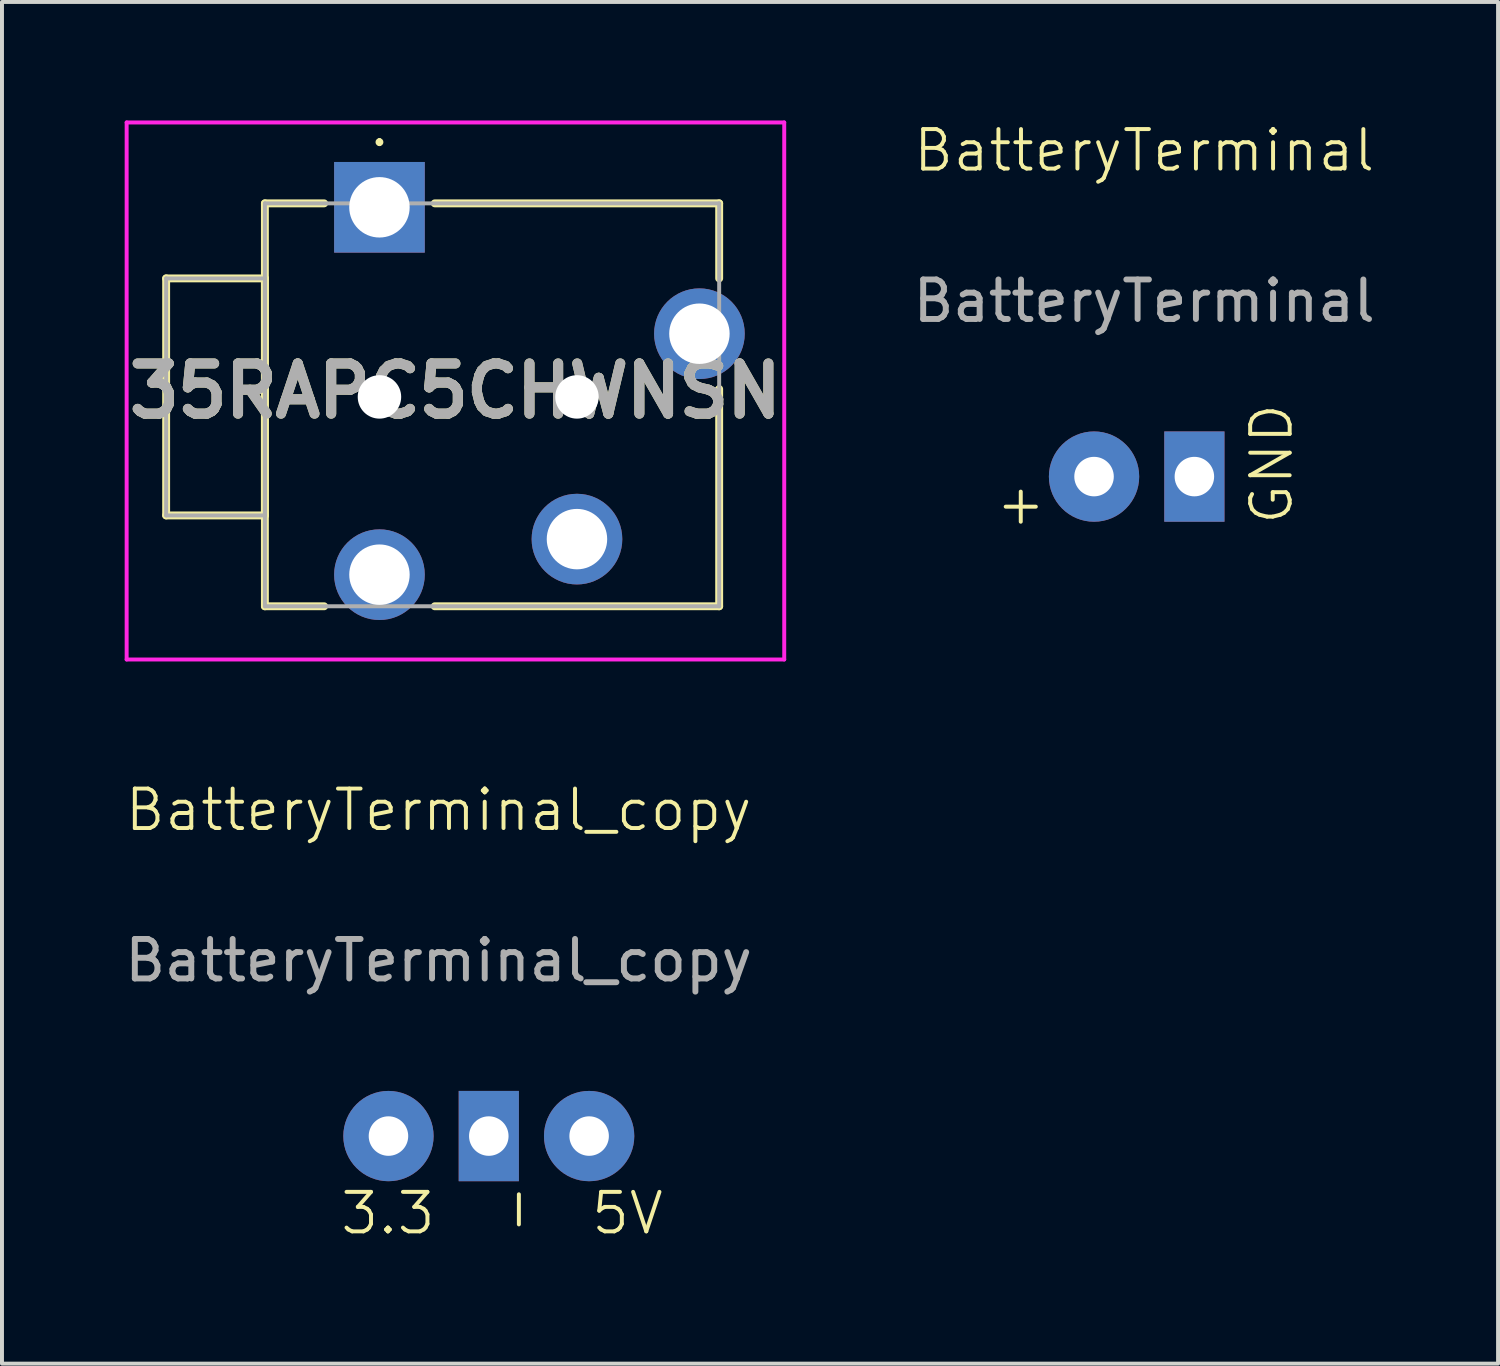
<source format=kicad_pcb>
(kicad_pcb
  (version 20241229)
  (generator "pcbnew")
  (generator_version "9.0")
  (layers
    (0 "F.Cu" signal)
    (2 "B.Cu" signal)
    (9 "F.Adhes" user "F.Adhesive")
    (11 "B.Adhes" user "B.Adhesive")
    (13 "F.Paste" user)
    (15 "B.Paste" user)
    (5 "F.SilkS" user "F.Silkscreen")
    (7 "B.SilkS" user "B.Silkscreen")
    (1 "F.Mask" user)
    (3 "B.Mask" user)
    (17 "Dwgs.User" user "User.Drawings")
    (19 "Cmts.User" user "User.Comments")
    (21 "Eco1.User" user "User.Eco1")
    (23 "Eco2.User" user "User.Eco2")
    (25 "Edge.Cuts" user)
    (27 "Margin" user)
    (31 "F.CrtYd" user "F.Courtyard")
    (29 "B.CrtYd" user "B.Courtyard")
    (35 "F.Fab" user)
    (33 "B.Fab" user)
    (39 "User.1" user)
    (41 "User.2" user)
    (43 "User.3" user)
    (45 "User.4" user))
  (footprint "BatteryTerminal_copy"
    (layer "F.Cu")
    (at 8.054 25.71)
    (property "Reference" "BatteryTerminal_copy" (at 0 -8.255 0) (unlocked yes) (layer "F.SilkS") (effects (font (size 1 1) (thickness 0.1))))
    (attr smd)
    (fp_text user "5V" (at 3.81 2.54 0) (unlocked yes) (layer "F.SilkS") (effects (font (size 1 1) (thickness 0.1)) (justify left bottom)))
    (fp_text user "-" (at 2.54 2.54 90) (unlocked yes) (layer "F.SilkS") (effects (font (size 1 1) (thickness 0.1)) (justify left bottom)))
    (fp_text user "3.3" (at -2.54 2.54 0) (unlocked yes) (layer "F.SilkS") (effects (font (size 1 1) (thickness 0.1)) (justify left bottom)))
    (fp_text user "${REFERENCE}" (at 0 -4.445 0) (unlocked yes) (layer "F.Fab") (effects (font (size 1 1) (thickness 0.15))))
    (pad "1" thru_hole circle (at -1.27 0) (size 2.286 2.286) (drill 1) (layers "*.Cu" "*.Mask"))
    (pad "2" thru_hole rect (at 1.27 0 90) (size 2.286 1.524) (drill 1) (layers "*.Cu" "*.Mask"))
    (pad "3" thru_hole circle (at 3.81 0) (size 2.286 2.286) (drill 1) (layers "*.Cu" "*.Mask")))
  (footprint "BatteryTerminal"
    (layer "F.Cu")
    (at 25.916 9.015)
    (property "Reference" "BatteryTerminal" (at 0 -8.255 0) (unlocked yes) (layer "F.SilkS") (effects (font (size 1 1) (thickness 0.1))))
    (attr smd)
    (fp_text user "GND" (at 3.81 1.27 90) (unlocked yes) (layer "F.SilkS") (effects (font (size 1 1) (thickness 0.1)) (justify left bottom)))
    (fp_text user "+" (at -3.81 1.27 0) (unlocked yes) (layer "F.SilkS") (effects (font (size 1 1) (thickness 0.1)) (justify left bottom)))
    (fp_text user "${REFERENCE}" (at 0 -4.445 0) (unlocked yes) (layer "F.Fab") (effects (font (size 1 1) (thickness 0.15))))
    (pad "1" thru_hole circle (at -1.27 0) (size 2.286 2.286) (drill 1) (layers "*.Cu" "*.Mask"))
    (pad "2" thru_hole rect (at 1.27 0 90) (size 2.286 1.524) (drill 1) (layers "*.Cu" "*.Mask")))
  (footprint "35RAPC5CHWNSN"
    (layer "F.Cu")
    (at 6.556 2.198)
    (property "Reference" "35RAPC5CHWNSN" (at 1.923 4.649 0) (layer "F.SilkS") (effects (font (size 1.27 1.27) (thickness 0.254))))
    (attr through_hole)
    (fp_line (start -5.4 1.8) (end -2.9 1.8) (stroke (width 0.2) (type solid)) (layer "F.SilkS"))
    (fp_line (start -5.4 7.8) (end -5.4 1.8) (stroke (width 0.2) (type solid)) (layer "F.SilkS"))
    (fp_line (start -2.9 -0.1) (end -2.9 10.1) (stroke (width 0.2) (type solid)) (layer "F.SilkS"))
    (fp_line (start -2.9 1.8) (end -2.9 7.8) (stroke (width 0.2) (type solid)) (layer "F.SilkS"))
    (fp_line (start -2.9 7.8) (end -5.4 7.8) (stroke (width 0.2) (type solid)) (layer "F.SilkS"))
    (fp_line (start -2.9 10.1) (end -1.4 10.1) (stroke (width 0.2) (type solid)) (layer "F.SilkS"))
    (fp_line (start -1.4 -0.1) (end -2.9 -0.1) (stroke (width 0.2) (type solid)) (layer "F.SilkS"))
    (fp_line (start 0 -1.7) (end 0 -1.7) (stroke (width 0.1) (type solid)) (layer "F.SilkS"))
    (fp_line (start 0 -1.6) (end 0 -1.6) (stroke (width 0.1) (type solid)) (layer "F.SilkS"))
    (fp_line (start 1.4 10.1) (end 8.6 10.1) (stroke (width 0.2) (type solid)) (layer "F.SilkS"))
    (fp_line (start 8.6 -0.1) (end 1.4 -0.1) (stroke (width 0.2) (type solid)) (layer "F.SilkS"))
    (fp_line (start 8.6 1.8) (end 8.6 -0.1) (stroke (width 0.2) (type solid)) (layer "F.SilkS"))
    (fp_line (start 8.6 10.1) (end 8.6 4.6) (stroke (width 0.2) (type solid)) (layer "F.SilkS"))
    (fp_arc (start 0 -1.7) (mid 0.05 -1.65) (end 0 -1.6) (stroke (width 0.1) (type solid)) (layer "F.SilkS"))
    (fp_arc (start 0 -1.6) (mid -0.05 -1.65) (end 0 -1.7) (stroke (width 0.1) (type solid)) (layer "F.SilkS"))
    (fp_line (start -6.4 -2.148) (end 10.247 -2.148) (stroke (width 0.1) (type solid)) (layer "F.CrtYd"))
    (fp_line (start -6.4 11.447) (end -6.4 -2.148) (stroke (width 0.1) (type solid)) (layer "F.CrtYd"))
    (fp_line (start 10.247 -2.148) (end 10.247 11.447) (stroke (width 0.1) (type solid)) (layer "F.CrtYd"))
    (fp_line (start 10.247 11.447) (end -6.4 11.447) (stroke (width 0.1) (type solid)) (layer "F.CrtYd"))
    (fp_line (start -5.4 1.8) (end -2.9 1.8) (stroke (width 0.1) (type solid)) (layer "F.Fab"))
    (fp_line (start -5.4 7.8) (end -5.4 1.8) (stroke (width 0.1) (type solid)) (layer "F.Fab"))
    (fp_line (start -2.9 -0.1) (end -2.9 10.1) (stroke (width 0.1) (type solid)) (layer "F.Fab"))
    (fp_line (start -2.9 1.8) (end -2.9 7.8) (stroke (width 0.1) (type solid)) (layer "F.Fab"))
    (fp_line (start -2.9 7.8) (end -5.4 7.8) (stroke (width 0.1) (type solid)) (layer "F.Fab"))
    (fp_line (start -2.9 10.1) (end 8.6 10.1) (stroke (width 0.1) (type solid)) (layer "F.Fab"))
    (fp_line (start 8.6 -0.1) (end -2.9 -0.1) (stroke (width 0.1) (type solid)) (layer "F.Fab"))
    (fp_line (start 8.6 10.1) (end 8.6 -0.1) (stroke (width 0.1) (type solid)) (layer "F.Fab"))
    (fp_text user "${REFERENCE}" (at 1.923 4.649 0) (layer "F.Fab") (effects (font (size 1.27 1.27) (thickness 0.254))))
    (pad "" np_thru_hole circle (at 0 4.8) (size 1.1 1.1) (drill 1.1) (layers "*.Cu" "*.Mask"))
    (pad "" np_thru_hole circle (at 5 4.8) (size 1.1 1.1) (drill 1.1) (layers "*.Cu" "*.Mask"))
    (pad "1" thru_hole rect (at 0 0) (size 2.295 2.295) (drill 1.53) (layers "*.Cu" "*.Mask"))
    (pad "2" thru_hole circle (at 5 8.4) (size 2.295 2.295) (drill 1.53) (layers "*.Cu" "*.Mask"))
    (pad "3" thru_hole circle (at 8.1 3.2) (size 2.295 2.295) (drill 1.53) (layers "*.Cu" "*.Mask"))
    (pad "4" thru_hole circle (at 0 9.3) (size 2.295 2.295) (drill 1.53) (layers "*.Cu" "*.Mask")))
  (gr_rect
    (start -3 -3)
    (end 34.874 31.471)
    (stroke (width 0.1) (type default))
    (fill no)
    (layer "Edge.Cuts")))
</source>
